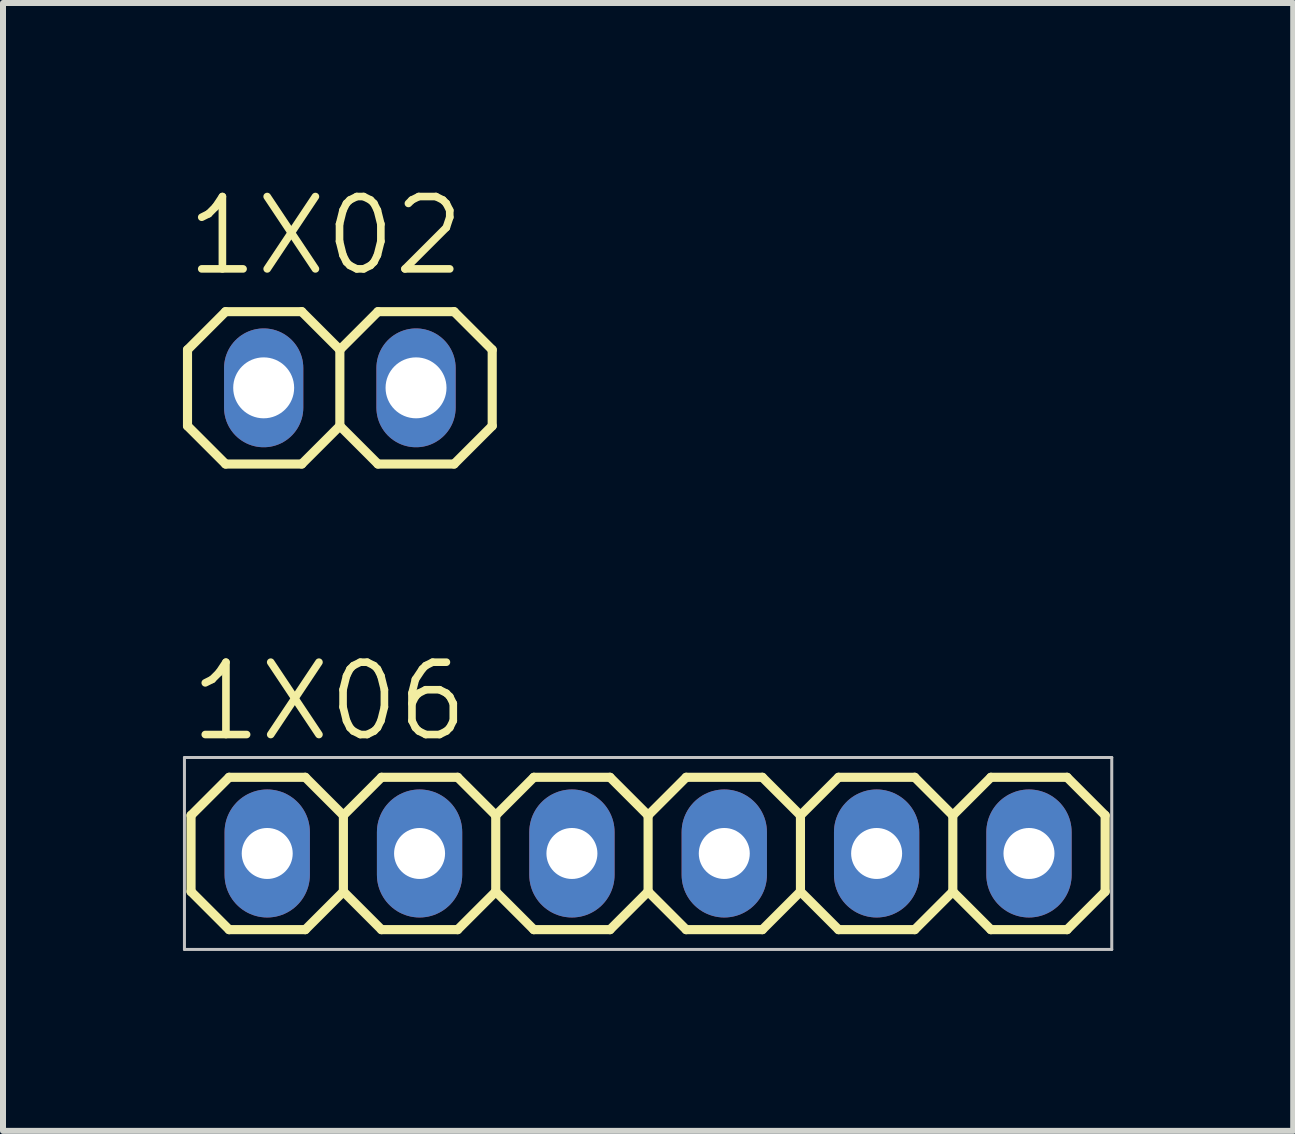
<source format=kicad_pcb>
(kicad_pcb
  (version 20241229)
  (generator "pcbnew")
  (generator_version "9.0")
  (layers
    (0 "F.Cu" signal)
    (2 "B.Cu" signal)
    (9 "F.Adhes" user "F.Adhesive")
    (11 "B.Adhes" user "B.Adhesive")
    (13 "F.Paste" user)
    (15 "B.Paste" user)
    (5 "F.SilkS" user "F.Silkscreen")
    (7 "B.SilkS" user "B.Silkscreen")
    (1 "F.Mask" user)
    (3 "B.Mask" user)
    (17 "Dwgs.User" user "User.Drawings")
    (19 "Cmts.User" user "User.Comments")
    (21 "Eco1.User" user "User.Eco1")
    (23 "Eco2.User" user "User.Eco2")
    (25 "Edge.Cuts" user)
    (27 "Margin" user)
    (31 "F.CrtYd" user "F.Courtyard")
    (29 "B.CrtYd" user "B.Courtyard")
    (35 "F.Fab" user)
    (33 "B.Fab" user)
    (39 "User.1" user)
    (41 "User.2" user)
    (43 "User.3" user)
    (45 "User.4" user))
  (footprint "1X06"
    (layer "F.Cu")
    (at 7.755 11.179)
    (property "Reference" "1X06" (at -7.696 -1.829 0) (layer "F.SilkS") (effects (font (size 1.206 1.206) (thickness 0.127)) (justify left bottom)))
    (attr through_hole)
    (fp_line (start -7.62 -0.635) (end -7.62 0.635) (stroke (width 0.152) (type solid)) (layer "F.SilkS"))
    (fp_line (start -7.62 0.635) (end -6.985 1.27) (stroke (width 0.152) (type solid)) (layer "F.SilkS"))
    (fp_line (start -6.985 -1.27) (end -7.62 -0.635) (stroke (width 0.152) (type solid)) (layer "F.SilkS"))
    (fp_line (start -6.985 -1.27) (end -5.715 -1.27) (stroke (width 0.152) (type solid)) (layer "F.SilkS"))
    (fp_line (start -5.715 -1.27) (end -5.08 -0.635) (stroke (width 0.152) (type solid)) (layer "F.SilkS"))
    (fp_line (start -5.715 1.27) (end -6.985 1.27) (stroke (width 0.152) (type solid)) (layer "F.SilkS"))
    (fp_line (start -5.08 -0.635) (end -5.08 0.635) (stroke (width 0.152) (type solid)) (layer "F.SilkS"))
    (fp_line (start -5.08 -0.635) (end -4.445 -1.27) (stroke (width 0.152) (type solid)) (layer "F.SilkS"))
    (fp_line (start -5.08 0.635) (end -5.715 1.27) (stroke (width 0.152) (type solid)) (layer "F.SilkS"))
    (fp_line (start -4.445 -1.27) (end -3.175 -1.27) (stroke (width 0.152) (type solid)) (layer "F.SilkS"))
    (fp_line (start -4.445 1.27) (end -5.08 0.635) (stroke (width 0.152) (type solid)) (layer "F.SilkS"))
    (fp_line (start -3.175 -1.27) (end -2.54 -0.635) (stroke (width 0.152) (type solid)) (layer "F.SilkS"))
    (fp_line (start -3.175 1.27) (end -4.445 1.27) (stroke (width 0.152) (type solid)) (layer "F.SilkS"))
    (fp_line (start -2.54 -0.635) (end -2.54 0.635) (stroke (width 0.152) (type solid)) (layer "F.SilkS"))
    (fp_line (start -2.54 -0.635) (end -1.905 -1.27) (stroke (width 0.152) (type solid)) (layer "F.SilkS"))
    (fp_line (start -2.54 0.635) (end -3.175 1.27) (stroke (width 0.152) (type solid)) (layer "F.SilkS"))
    (fp_line (start -1.905 -1.27) (end -0.635 -1.27) (stroke (width 0.152) (type solid)) (layer "F.SilkS"))
    (fp_line (start -1.905 1.27) (end -2.54 0.635) (stroke (width 0.152) (type solid)) (layer "F.SilkS"))
    (fp_line (start -0.635 -1.27) (end 0 -0.635) (stroke (width 0.152) (type solid)) (layer "F.SilkS"))
    (fp_line (start -0.635 1.27) (end -1.905 1.27) (stroke (width 0.152) (type solid)) (layer "F.SilkS"))
    (fp_line (start 0 -0.635) (end 0 0.635) (stroke (width 0.152) (type solid)) (layer "F.SilkS"))
    (fp_line (start 0 0.635) (end -0.635 1.27) (stroke (width 0.152) (type solid)) (layer "F.SilkS"))
    (fp_line (start 0 0.635) (end 0.635 1.27) (stroke (width 0.152) (type solid)) (layer "F.SilkS"))
    (fp_line (start 0.635 -1.27) (end 0 -0.635) (stroke (width 0.152) (type solid)) (layer "F.SilkS"))
    (fp_line (start 0.635 -1.27) (end 1.905 -1.27) (stroke (width 0.152) (type solid)) (layer "F.SilkS"))
    (fp_line (start 1.905 -1.27) (end 2.54 -0.635) (stroke (width 0.152) (type solid)) (layer "F.SilkS"))
    (fp_line (start 1.905 1.27) (end 0.635 1.27) (stroke (width 0.152) (type solid)) (layer "F.SilkS"))
    (fp_line (start 2.54 -0.635) (end 2.54 0.635) (stroke (width 0.152) (type solid)) (layer "F.SilkS"))
    (fp_line (start 2.54 -0.635) (end 3.175 -1.27) (stroke (width 0.152) (type solid)) (layer "F.SilkS"))
    (fp_line (start 2.54 0.635) (end 1.905 1.27) (stroke (width 0.152) (type solid)) (layer "F.SilkS"))
    (fp_line (start 3.175 -1.27) (end 4.445 -1.27) (stroke (width 0.152) (type solid)) (layer "F.SilkS"))
    (fp_line (start 3.175 1.27) (end 2.54 0.635) (stroke (width 0.152) (type solid)) (layer "F.SilkS"))
    (fp_line (start 4.445 -1.27) (end 5.08 -0.635) (stroke (width 0.152) (type solid)) (layer "F.SilkS"))
    (fp_line (start 4.445 1.27) (end 3.175 1.27) (stroke (width 0.152) (type solid)) (layer "F.SilkS"))
    (fp_line (start 5.08 -0.635) (end 5.08 0.635) (stroke (width 0.152) (type solid)) (layer "F.SilkS"))
    (fp_line (start 5.08 -0.635) (end 5.715 -1.27) (stroke (width 0.152) (type solid)) (layer "F.SilkS"))
    (fp_line (start 5.08 0.635) (end 4.445 1.27) (stroke (width 0.152) (type solid)) (layer "F.SilkS"))
    (fp_line (start 5.715 -1.27) (end 6.985 -1.27) (stroke (width 0.152) (type solid)) (layer "F.SilkS"))
    (fp_line (start 5.715 1.27) (end 5.08 0.635) (stroke (width 0.152) (type solid)) (layer "F.SilkS"))
    (fp_line (start 6.985 -1.27) (end 7.62 -0.635) (stroke (width 0.152) (type solid)) (layer "F.SilkS"))
    (fp_line (start 6.985 1.27) (end 5.715 1.27) (stroke (width 0.152) (type solid)) (layer "F.SilkS"))
    (fp_line (start 7.62 -0.635) (end 7.62 0.635) (stroke (width 0.152) (type solid)) (layer "F.SilkS"))
    (fp_line (start 7.62 0.635) (end 6.985 1.27) (stroke (width 0.152) (type solid)) (layer "F.SilkS"))
    (fp_line (start -7.73 -1.6) (end 7.73 -1.6) (stroke (width 0.05) (type solid)) (layer "Dwgs.User"))
    (fp_line (start -7.73 1.6) (end -7.73 -1.6) (stroke (width 0.05) (type solid)) (layer "Dwgs.User"))
    (fp_line (start 7.73 -1.6) (end 7.73 1.6) (stroke (width 0.05) (type solid)) (layer "Dwgs.User"))
    (fp_line (start 7.73 1.6) (end -7.73 1.6) (stroke (width 0.05) (type solid)) (layer "Dwgs.User"))
    (fp_poly (pts (xy -6.604 0.254) (xy -6.096 0.254) (xy -6.096 -0.254) (xy -6.604 -0.254)) (stroke (width 0.1) (type solid)) (fill no) (layer "F.Fab"))
    (fp_poly (pts (xy -4.064 0.254) (xy -3.556 0.254) (xy -3.556 -0.254) (xy -4.064 -0.254)) (stroke (width 0.1) (type solid)) (fill no) (layer "F.Fab"))
    (fp_poly (pts (xy -1.524 0.254) (xy -1.016 0.254) (xy -1.016 -0.254) (xy -1.524 -0.254)) (stroke (width 0.1) (type solid)) (fill no) (layer "F.Fab"))
    (fp_poly (pts (xy 1.016 0.254) (xy 1.524 0.254) (xy 1.524 -0.254) (xy 1.016 -0.254)) (stroke (width 0.1) (type solid)) (fill no) (layer "F.Fab"))
    (fp_poly (pts (xy 3.556 0.254) (xy 4.064 0.254) (xy 4.064 -0.254) (xy 3.556 -0.254)) (stroke (width 0.1) (type solid)) (fill no) (layer "F.Fab"))
    (fp_poly (pts (xy 6.096 0.254) (xy 6.604 0.254) (xy 6.604 -0.254) (xy 6.096 -0.254)) (stroke (width 0.1) (type solid)) (fill no) (layer "F.Fab"))
    (pad "1" thru_hole oval (at -6.35 0 90) (size 2.134 1.422) (drill 0.85) (layers "*.Cu" "*.Mask"))
    (pad "2" thru_hole oval (at -3.81 0 90) (size 2.134 1.422) (drill 0.85) (layers "*.Cu" "*.Mask"))
    (pad "3" thru_hole oval (at -1.27 0 90) (size 2.134 1.422) (drill 0.85) (layers "*.Cu" "*.Mask"))
    (pad "4" thru_hole oval (at 1.27 0 90) (size 2.134 1.422) (drill 0.85) (layers "*.Cu" "*.Mask"))
    (pad "5" thru_hole oval (at 3.81 0 90) (size 2.134 1.422) (drill 0.85) (layers "*.Cu" "*.Mask"))
    (pad "6" thru_hole oval (at 6.35 0 90) (size 2.134 1.422) (drill 0.85) (layers "*.Cu" "*.Mask")))
  (footprint "1X02"
    (layer "F.Cu")
    (at 2.616 3.416)
    (property "Reference" "1X02" (at -2.616 -1.829 0) (layer "F.SilkS") (effects (font (size 1.206 1.206) (thickness 0.127)) (justify left bottom)))
    (attr through_hole)
    (fp_line (start -2.54 -0.635) (end -2.54 0.635) (stroke (width 0.152) (type solid)) (layer "F.SilkS"))
    (fp_line (start -2.54 0.635) (end -1.905 1.27) (stroke (width 0.152) (type solid)) (layer "F.SilkS"))
    (fp_line (start -1.905 -1.27) (end -2.54 -0.635) (stroke (width 0.152) (type solid)) (layer "F.SilkS"))
    (fp_line (start -1.905 -1.27) (end -0.635 -1.27) (stroke (width 0.152) (type solid)) (layer "F.SilkS"))
    (fp_line (start -0.635 -1.27) (end 0 -0.635) (stroke (width 0.152) (type solid)) (layer "F.SilkS"))
    (fp_line (start -0.635 1.27) (end -1.905 1.27) (stroke (width 0.152) (type solid)) (layer "F.SilkS"))
    (fp_line (start 0 -0.635) (end 0 0.635) (stroke (width 0.152) (type solid)) (layer "F.SilkS"))
    (fp_line (start 0 -0.635) (end 0.635 -1.27) (stroke (width 0.152) (type solid)) (layer "F.SilkS"))
    (fp_line (start 0 0.635) (end -0.635 1.27) (stroke (width 0.152) (type solid)) (layer "F.SilkS"))
    (fp_line (start 0.635 -1.27) (end 1.905 -1.27) (stroke (width 0.152) (type solid)) (layer "F.SilkS"))
    (fp_line (start 0.635 1.27) (end 0 0.635) (stroke (width 0.152) (type solid)) (layer "F.SilkS"))
    (fp_line (start 1.905 -1.27) (end 2.54 -0.635) (stroke (width 0.152) (type solid)) (layer "F.SilkS"))
    (fp_line (start 1.905 1.27) (end 0.635 1.27) (stroke (width 0.152) (type solid)) (layer "F.SilkS"))
    (fp_line (start 2.54 -0.635) (end 2.54 0.635) (stroke (width 0.152) (type solid)) (layer "F.SilkS"))
    (fp_line (start 2.54 0.635) (end 1.905 1.27) (stroke (width 0.152) (type solid)) (layer "F.SilkS"))
    (fp_poly (pts (xy -1.524 0.254) (xy -1.016 0.254) (xy -1.016 -0.254) (xy -1.524 -0.254)) (stroke (width 0.1) (type solid)) (fill no) (layer "F.Fab"))
    (fp_poly (pts (xy 1.016 0.254) (xy 1.524 0.254) (xy 1.524 -0.254) (xy 1.016 -0.254)) (stroke (width 0.1) (type solid)) (fill no) (layer "F.Fab"))
    (pad "1" thru_hole oval (at -1.27 0 90) (size 1.981 1.321) (drill 1.016) (layers "*.Cu" "*.Mask"))
    (pad "2" thru_hole oval (at 1.27 0 90) (size 1.981 1.321) (drill 1.016) (layers "*.Cu" "*.Mask")))
  (gr_rect
    (start -3 -3)
    (end 18.51 15.804)
    (stroke (width 0.1) (type default))
    (fill no)
    (layer "Edge.Cuts")))
</source>
